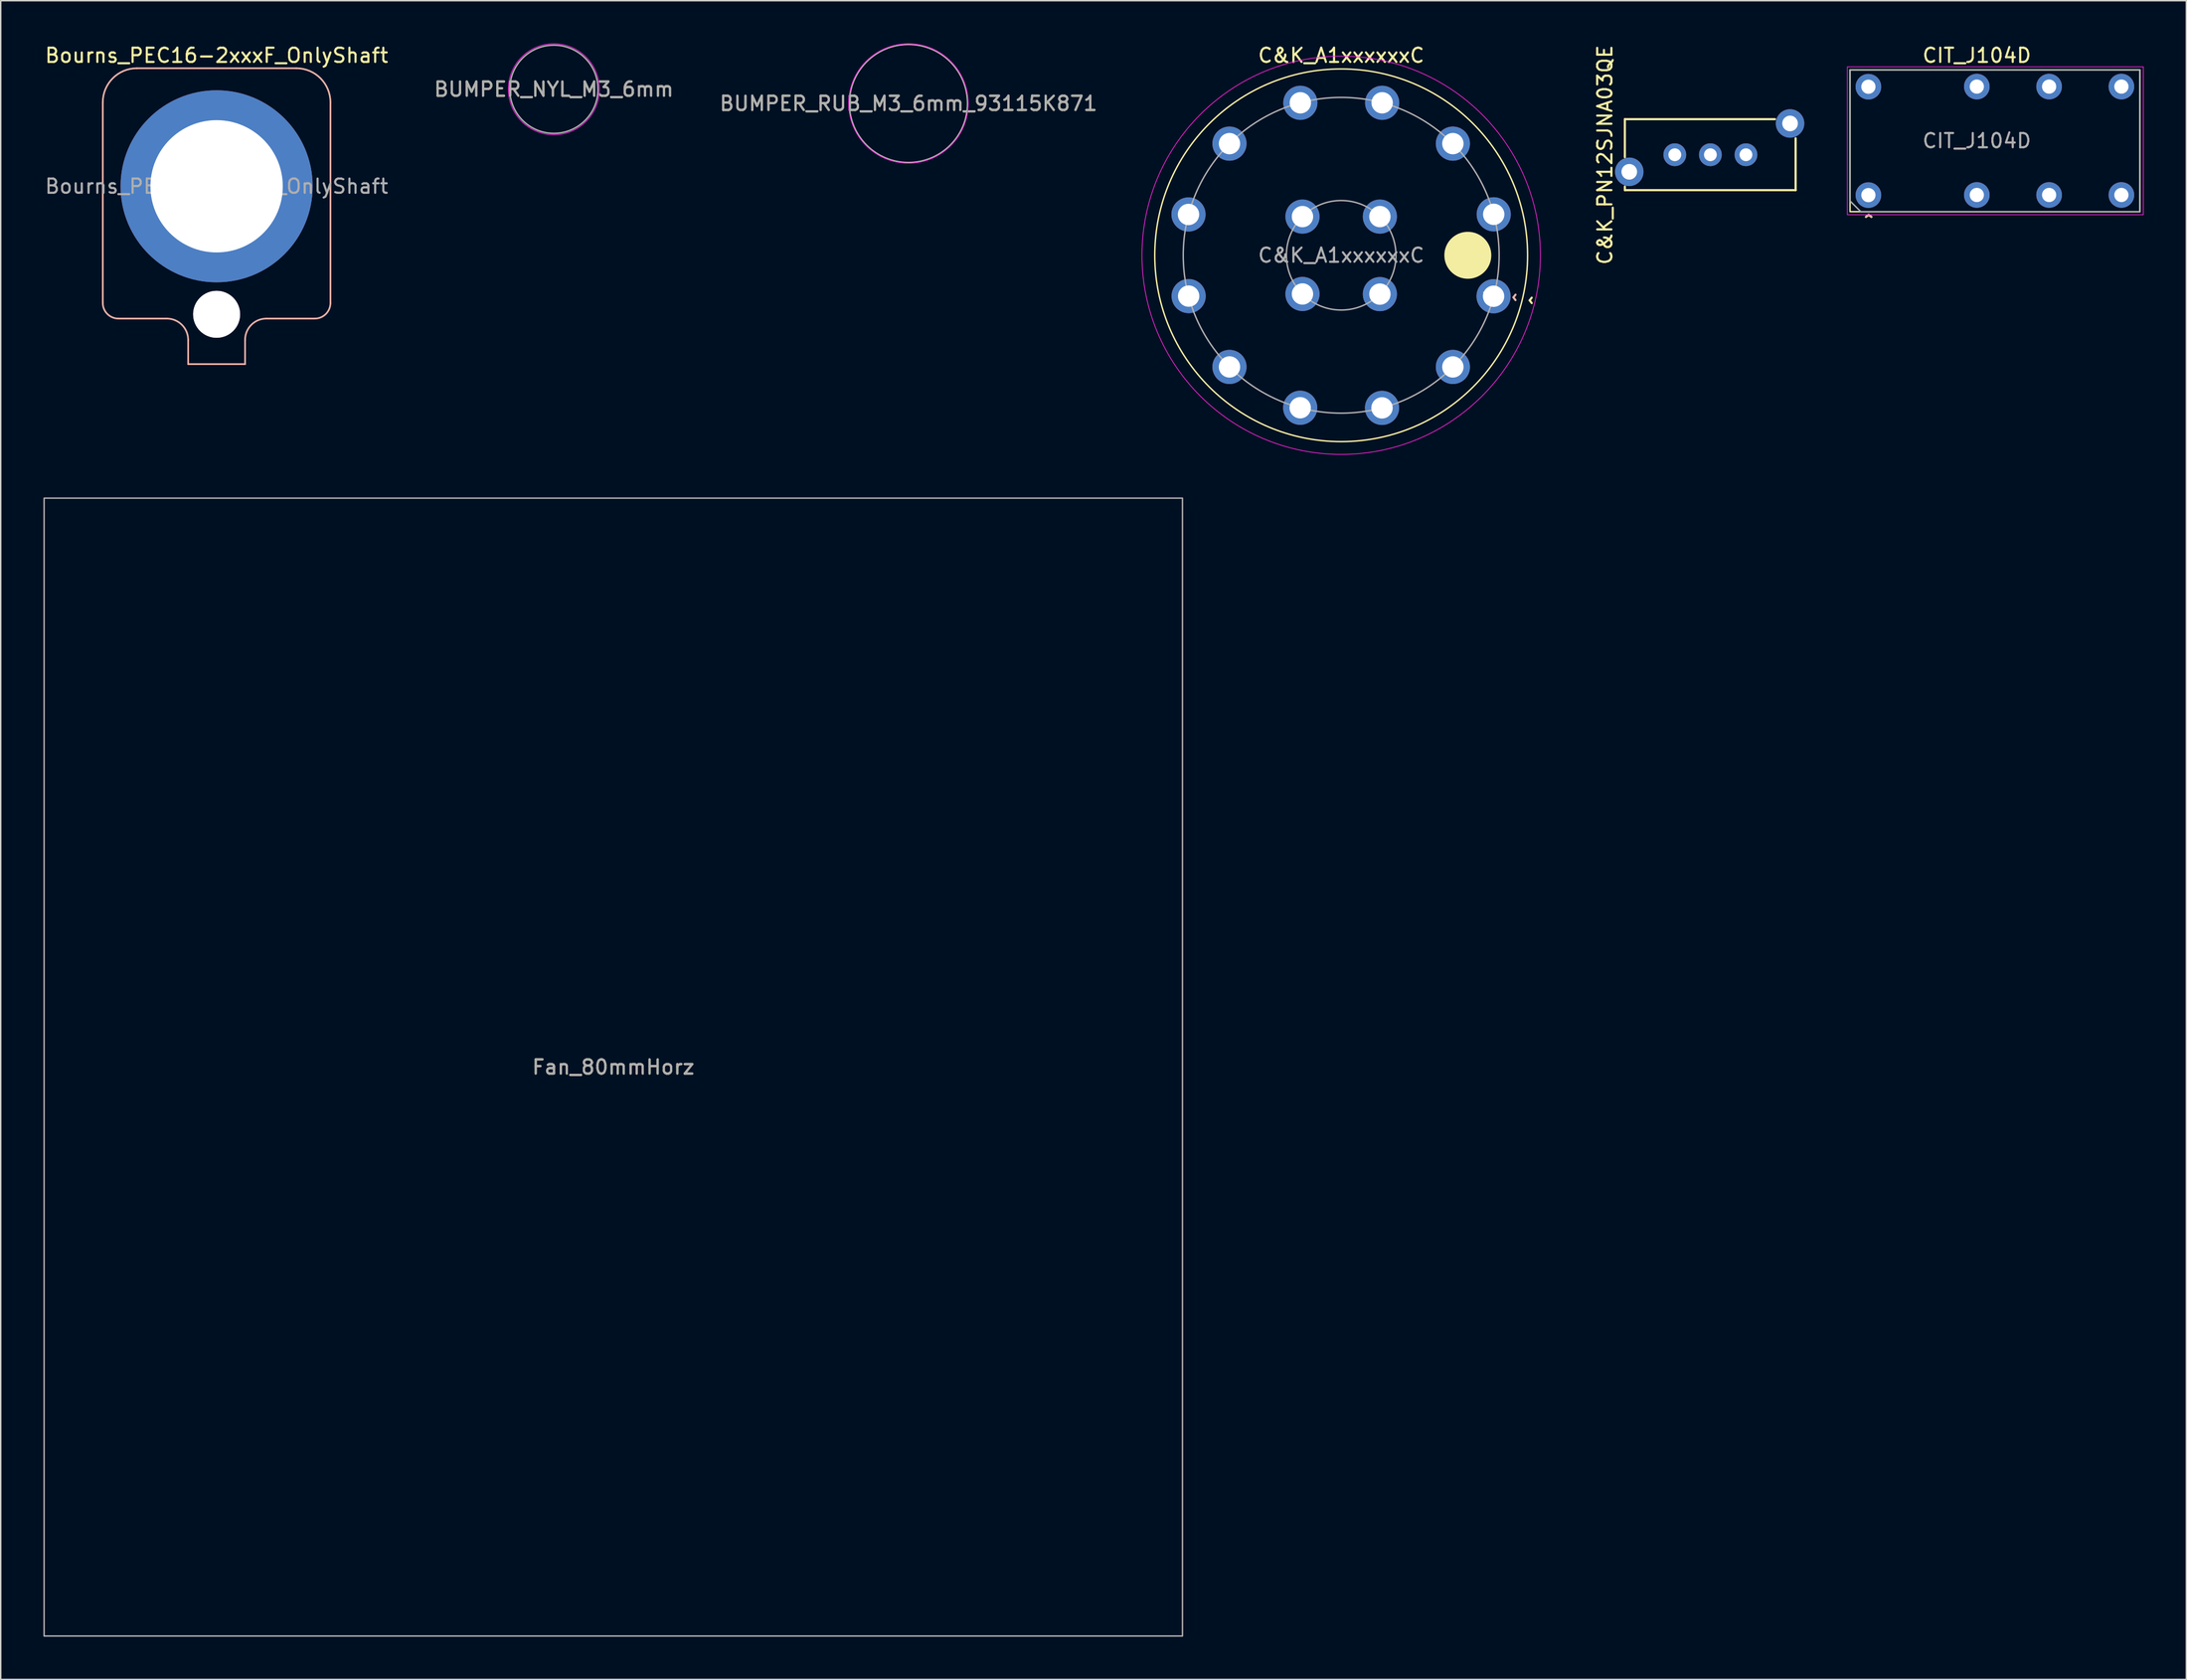
<source format=kicad_pcb>
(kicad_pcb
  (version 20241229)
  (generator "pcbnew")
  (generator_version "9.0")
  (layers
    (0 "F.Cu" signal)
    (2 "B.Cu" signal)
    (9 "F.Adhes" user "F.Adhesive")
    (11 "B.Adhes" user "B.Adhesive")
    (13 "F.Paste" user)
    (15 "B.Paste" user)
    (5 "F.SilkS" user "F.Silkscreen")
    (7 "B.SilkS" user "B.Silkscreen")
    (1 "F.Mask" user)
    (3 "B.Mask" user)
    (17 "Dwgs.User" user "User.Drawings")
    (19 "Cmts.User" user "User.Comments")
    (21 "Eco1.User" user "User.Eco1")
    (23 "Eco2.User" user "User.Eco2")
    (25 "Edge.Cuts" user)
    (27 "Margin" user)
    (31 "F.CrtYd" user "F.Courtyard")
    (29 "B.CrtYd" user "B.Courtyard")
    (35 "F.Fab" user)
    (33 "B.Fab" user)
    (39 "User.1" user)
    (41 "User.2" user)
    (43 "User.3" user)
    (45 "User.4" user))
  (footprint "Fan_80mmHorz"
    (layer "F.Cu")
    (at 40.05 71.973)
    (property "Reference" "Fan_80mmHorz" (at 0 0 0) (unlocked yes) (layer "F.SilkS") (effects (font (size 1 1) (thickness 0.15))))
    (attr through_hole)
    (fp_rect (start 40 -40) (end -40 40) (stroke (width 0.1) (type solid)) (fill no) (layer "F.Fab"))
    (fp_text user "${REFERENCE}" (at 0 0 0) (unlocked yes) (layer "F.Fab") (effects (font (size 1 1) (thickness 0.15)))))
  (footprint "C&K_PN12SJNA03QE"
    (layer "F.Cu")
    (at 117.15 7.829)
    (property "Reference" "C&K_PN12SJNA03QE" (at -7.41 0.01 90) (layer "F.SilkS") (effects (font (size 1 1) (thickness 0.15))))
    (attr through_hole)
    (fp_line (start -6.01 -2.5) (end 4.54 -2.5) (stroke (width 0.15) (type solid)) (layer "F.SilkS"))
    (fp_line (start -6.01 0.17) (end -6.01 -2.5) (stroke (width 0.15) (type solid)) (layer "F.SilkS"))
    (fp_line (start -6.01 2.49) (end -6.01 2.24) (stroke (width 0.15) (type solid)) (layer "F.SilkS"))
    (fp_line (start -6.01 2.49) (end 5.99 2.49) (stroke (width 0.15) (type solid)) (layer "F.SilkS"))
    (fp_line (start 5.99 2.49) (end 5.99 -1.16) (stroke (width 0.15) (type solid)) (layer "F.SilkS"))
    (pad "" thru_hole circle (at -5.7 1.2) (size 2 2) (drill 1.1) (layers "*.Cu" "*.Mask"))
    (pad "" thru_hole circle (at 5.6 -2.2) (size 2 2) (drill 1.1) (layers "*.Cu" "*.Mask"))
    (pad "1" thru_hole circle (at -2.5 0) (size 1.6 1.6) (drill 0.9) (layers "*.Cu" "*.Mask"))
    (pad "2" thru_hole circle (at 0 0) (size 1.6 1.6) (drill 0.9) (layers "*.Cu" "*.Mask"))
    (pad "3" thru_hole circle (at 2.5 0) (size 1.6 1.6) (drill 0.9) (layers "*.Cu" "*.Mask")))
  (footprint "BUMPER_NYL_M3_6mm"
    (layer "F.Cu")
    (at 35.875 3.225)
    (property "Reference" "BUMPER_NYL_M3_6mm" (at 0 0 0) (unlocked yes) (layer "F.SilkS") (effects (font (size 1 1) (thickness 0.15))))
    (fp_circle (center 0 0) (end 3.2 0) (stroke (width 0.05) (type solid)) (fill no) (layer "F.CrtYd"))
    (fp_circle (center 0 0) (end 3.1 0) (stroke (width 0.1) (type solid)) (fill no) (layer "F.Fab"))
    (fp_text user "${REFERENCE}" (at 0 0 0) (unlocked yes) (layer "F.Fab") (effects (font (size 1 1) (thickness 0.15)))))
  (footprint "Bourns_PEC16-2xxxF_OnlyShaft"
    (layer "F.Cu")
    (at 12.173 10.048)
    (property "Reference" "Bourns_PEC16-2xxxF_OnlyShaft" (at 0 -9.2 0) (unlocked yes) (layer "F.SilkS") (effects (font (size 1 1) (thickness 0.15))))
    (attr through_hole)
    (fp_line (start -8 -5.9) (end -8 8.2) (stroke (width 0.12) (type solid)) (layer "B.SilkS"))
    (fp_line (start -5.6 -8.3) (end 5.6 -8.3) (stroke (width 0.12) (type solid)) (layer "B.SilkS"))
    (fp_line (start -3.5 9.3) (end -6.9 9.3) (stroke (width 0.12) (type solid)) (layer "B.SilkS"))
    (fp_line (start -2 12.5) (end -2 10.8) (stroke (width 0.12) (type solid)) (layer "B.SilkS"))
    (fp_line (start -2 12.5) (end 2 12.5) (stroke (width 0.12) (type solid)) (layer "B.SilkS"))
    (fp_line (start 2 12.5) (end 2 10.8) (stroke (width 0.12) (type solid)) (layer "B.SilkS"))
    (fp_line (start 6.9 9.3) (end 3.5 9.3) (stroke (width 0.12) (type solid)) (layer "B.SilkS"))
    (fp_line (start 8 -5.9) (end 8 8.2) (stroke (width 0.12) (type solid)) (layer "B.SilkS"))
    (fp_arc (start -8 -5.9) (mid -7.297056 -7.597056) (end -5.6 -8.3) (stroke (width 0.12) (type solid)) (layer "B.SilkS"))
    (fp_arc (start -6.9 9.3) (mid -7.677817 8.977817) (end -8 8.2) (stroke (width 0.12) (type solid)) (layer "B.SilkS"))
    (fp_arc (start -3.5 9.3) (mid -2.43934 9.73934) (end -2 10.8) (stroke (width 0.12) (type solid)) (layer "B.SilkS"))
    (fp_arc (start 2 10.8) (mid 2.43934 9.73934) (end 3.5 9.3) (stroke (width 0.12) (type solid)) (layer "B.SilkS"))
    (fp_arc (start 5.6 -8.3) (mid 7.297056 -7.597056) (end 8 -5.9) (stroke (width 0.12) (type solid)) (layer "B.SilkS"))
    (fp_arc (start 8 8.2) (mid 7.677817 8.977817) (end 6.9 9.3) (stroke (width 0.12) (type solid)) (layer "B.SilkS"))
    (fp_line (start 3 12.5) (end -3 12.5) (stroke (width 0.12) (type solid)) (layer "Eco1.User"))
    (fp_text user "${REFERENCE}" (at 0 0 0) (unlocked yes) (layer "F.Fab") (effects (font (size 1 1) (thickness 0.15))))
    (pad "" thru_hole circle (at 0 9) (size 3.3 3.3) (drill 3.3) (layers "*.Cu" "*.Mask"))
    (pad "1" thru_hole circle (at 0 0) (size 13.5 13.5) (drill 9.3) (layers "*.Cu" "*.Mask")))
  (footprint "C&K_A1xxxxxxC"
    (layer "F.Cu")
    (at 91.204 14.898)
    (property "Reference" "C&K_A1xxxxxxC" (at 0 -14.05 0) (unlocked yes) (layer "F.SilkS") (effects (font (size 1 1) (thickness 0.15))))
    (attr through_hole)
    (fp_circle (center 0 0) (end 13.1 0) (stroke (width 0.1) (type default)) (fill no) (layer "F.SilkS"))
    (fp_circle (center 8.9 0) (end 10.5 0) (stroke (width 0.1) (type solid)) (fill yes) (layer "F.SilkS"))
    (fp_circle (center 0 0) (end 14 0) (stroke (width 0.05) (type default)) (fill no) (layer "F.CrtYd"))
    (fp_line (start 10.01 2.61) (end 10.5 3.6) (stroke (width 0.1) (type default)) (layer "F.Fab"))
    (fp_line (start 10.89 2.15) (end 10.01 2.61) (stroke (width 0.1) (type default)) (layer "F.Fab"))
    (fp_circle (center 0 0) (end 3.85 0) (stroke (width 0.1) (type default)) (fill no) (layer "F.Fab"))
    (fp_circle (center 0 0) (end 11.1 0) (stroke (width 0.1) (type default)) (fill no) (layer "F.Fab"))
    (fp_text user "^" (at 13.84 3.17 90) (unlocked yes) (layer "F.SilkS") (effects (font (size 1 1) (thickness 0.15))))
    (fp_text user "^" (at 12.7 2.96 90) (unlocked yes) (layer "B.SilkS") (effects (font (size 1 1) (thickness 0.15)) (justify mirror)))
    (fp_text user "${REFERENCE}" (at 0 0 0) (unlocked yes) (layer "F.Fab") (effects (font (size 1 1) (thickness 0.15))))
    (pad "1" thru_hole circle (at 10.71 2.88) (size 2.4 2.4) (drill 1.5) (layers "*.Cu" "*.Mask") (remove_unused_layers yes) (keep_end_layers yes) (zone_layer_connections))
    (pad "2" thru_hole circle (at 7.85 7.85) (size 2.4 2.4) (drill 1.5) (layers "*.Cu" "*.Mask") (remove_unused_layers yes) (keep_end_layers yes) (zone_layer_connections))
    (pad "3" thru_hole circle (at 2.87 10.73) (size 2.4 2.4) (drill 1.5) (layers "*.Cu" "*.Mask") (remove_unused_layers yes) (keep_end_layers yes) (zone_layer_connections))
    (pad "4" thru_hole circle (at -2.88 10.72) (size 2.4 2.4) (drill 1.5) (layers "*.Cu" "*.Mask") (remove_unused_layers yes) (keep_end_layers yes) (zone_layer_connections))
    (pad "5" thru_hole circle (at -7.85 7.85) (size 2.4 2.4) (drill 1.5) (layers "*.Cu" "*.Mask") (remove_unused_layers yes) (keep_end_layers yes) (zone_layer_connections))
    (pad "6" thru_hole circle (at -10.72 2.87) (size 2.4 2.4) (drill 1.5) (layers "*.Cu" "*.Mask") (remove_unused_layers yes) (keep_end_layers yes) (zone_layer_connections))
    (pad "7" thru_hole circle (at -10.73 -2.87) (size 2.4 2.4) (drill 1.5) (layers "*.Cu" "*.Mask") (remove_unused_layers yes) (keep_end_layers yes) (zone_layer_connections))
    (pad "8" thru_hole circle (at -7.85 -7.85) (size 2.4 2.4) (drill 1.5) (layers "*.Cu" "*.Mask") (remove_unused_layers yes) (keep_end_layers yes) (zone_layer_connections))
    (pad "9" thru_hole circle (at -2.87 -10.72) (size 2.4 2.4) (drill 1.5) (layers "*.Cu" "*.Mask") (remove_unused_layers yes) (keep_end_layers yes) (zone_layer_connections))
    (pad "10" thru_hole circle (at 2.88 -10.72) (size 2.4 2.4) (drill 1.5) (layers "*.Cu" "*.Mask") (remove_unused_layers yes) (keep_end_layers yes) (zone_layer_connections))
    (pad "11" thru_hole circle (at 7.85 -7.85) (size 2.4 2.4) (drill 1.5) (layers "*.Cu" "*.Mask") (remove_unused_layers yes) (keep_end_layers yes) (zone_layer_connections))
    (pad "12" thru_hole circle (at 10.72 -2.88) (size 2.4 2.4) (drill 1.5) (layers "*.Cu" "*.Mask") (remove_unused_layers yes) (keep_end_layers yes) (zone_layer_connections))
    (pad "A" thru_hole circle (at 2.72 2.73) (size 2.4 2.4) (drill 1.5) (layers "*.Cu" "*.Mask") (remove_unused_layers yes) (keep_end_layers yes) (zone_layer_connections))
    (pad "B" thru_hole circle (at -2.72 2.72) (size 2.4 2.4) (drill 1.5) (layers "*.Cu" "*.Mask") (remove_unused_layers yes) (keep_end_layers yes) (zone_layer_connections))
    (pad "C" thru_hole circle (at -2.72 -2.72) (size 2.4 2.4) (drill 1.5) (layers "*.Cu" "*.Mask") (remove_unused_layers yes) (keep_end_layers yes) (zone_layer_connections))
    (pad "D" thru_hole circle (at 2.72 -2.72) (size 2.4 2.4) (drill 1.5) (layers "*.Cu" "*.Mask") (remove_unused_layers yes) (keep_end_layers yes) (zone_layer_connections)))
  (footprint "CIT_J104D"
    (layer "F.Cu")
    (at 135.875 6.848)
    (property "Reference" "CIT_J104D" (at 0 -6 0) (unlocked yes) (layer "F.SilkS") (effects (font (size 1 1) (thickness 0.15))))
    (attr through_hole)
    (fp_rect (start 11.46 4.985) (end -8.91 -4.985) (stroke (width 0.1) (type solid)) (fill no) (layer "F.SilkS"))
    (fp_rect (start -9.1 -5.2) (end 11.7 5.2) (stroke (width 0.05) (type solid)) (fill no) (layer "F.CrtYd"))
    (fp_line (start -8.91 -4.98) (end 11.46 -4.98) (stroke (width 0.1) (type solid)) (layer "F.Fab"))
    (fp_line (start -8.91 4.23) (end -8.91 -4.98) (stroke (width 0.1) (type solid)) (layer "F.Fab"))
    (fp_line (start -8.16 4.98) (end -8.91 4.23) (stroke (width 0.1) (type solid)) (layer "F.Fab"))
    (fp_line (start 11.46 -4.98) (end 11.46 4.98) (stroke (width 0.1) (type solid)) (layer "F.Fab"))
    (fp_line (start 11.46 4.98) (end -8.16 4.98) (stroke (width 0.1) (type solid)) (layer "F.Fab"))
    (fp_text user "^" (at -7.6 5.8 0) (unlocked yes) (layer "F.SilkS") (effects (font (size 1 1) (thickness 0.15))))
    (fp_text user "^" (at -7.6 5.8 0) (unlocked yes) (layer "B.SilkS") (effects (font (size 1 1) (thickness 0.15)) (justify mirror)))
    (fp_text user "${REFERENCE}" (at 0 0 0) (unlocked yes) (layer "F.Fab") (effects (font (size 1 1) (thickness 0.15))))
    (pad "1" thru_hole circle (at -7.62 3.82) (size 1.8 1.8) (drill 1) (layers "*.Cu" "*.Mask") (remove_unused_layers yes) (keep_end_layers yes) (zone_layer_connections))
    (pad "3" thru_hole circle (at 0 3.81) (size 1.8 1.8) (drill 1) (layers "*.Cu" "*.Mask") (remove_unused_layers yes) (keep_end_layers yes) (zone_layer_connections))
    (pad "4" thru_hole circle (at 5.08 3.81) (size 1.8 1.8) (drill 1) (layers "*.Cu" "*.Mask") (remove_unused_layers yes) (keep_end_layers yes) (zone_layer_connections))
    (pad "5" thru_hole circle (at 10.16 3.81) (size 1.8 1.8) (drill 1) (layers "*.Cu" "*.Mask") (remove_unused_layers yes) (keep_end_layers yes) (zone_layer_connections))
    (pad "8" thru_hole circle (at 10.16 -3.81) (size 1.8 1.8) (drill 1) (layers "*.Cu" "*.Mask") (remove_unused_layers yes) (keep_end_layers yes) (zone_layer_connections))
    (pad "9" thru_hole circle (at 5.08 -3.81) (size 1.8 1.8) (drill 1) (layers "*.Cu" "*.Mask") (remove_unused_layers yes) (keep_end_layers yes) (zone_layer_connections))
    (pad "10" thru_hole circle (at 0 -3.81) (size 1.8 1.8) (drill 1) (layers "*.Cu" "*.Mask") (remove_unused_layers yes) (keep_end_layers yes) (zone_layer_connections))
    (pad "12" thru_hole circle (at -7.62 -3.8) (size 1.8 1.8) (drill 1) (layers "*.Cu" "*.Mask") (remove_unused_layers yes) (keep_end_layers yes) (zone_layer_connections)))
  (footprint "BUMPER_RUB_M3_6mm_93115K871"
    (layer "F.Cu")
    (at 60.792 4.225)
    (property "Reference" "BUMPER_RUB_M3_6mm_93115K871" (at 0 0 0) (unlocked yes) (layer "F.SilkS") (effects (font (size 1 1) (thickness 0.15))))
    (fp_circle (center 0 0) (end 4.2 0) (stroke (width 0.05) (type solid)) (fill no) (layer "F.CrtYd"))
    (fp_circle (center 0 0) (end 4.15 0) (stroke (width 0.1) (type solid)) (fill no) (layer "F.Fab"))
    (fp_text user "${REFERENCE}" (at 0 0 0) (unlocked yes) (layer "F.Fab") (effects (font (size 1 1) (thickness 0.15)))))
  (gr_rect
    (start -3 -3)
    (end 150.6 115.023)
    (stroke (width 0.1) (type default))
    (fill no)
    (layer "Edge.Cuts")))
</source>
